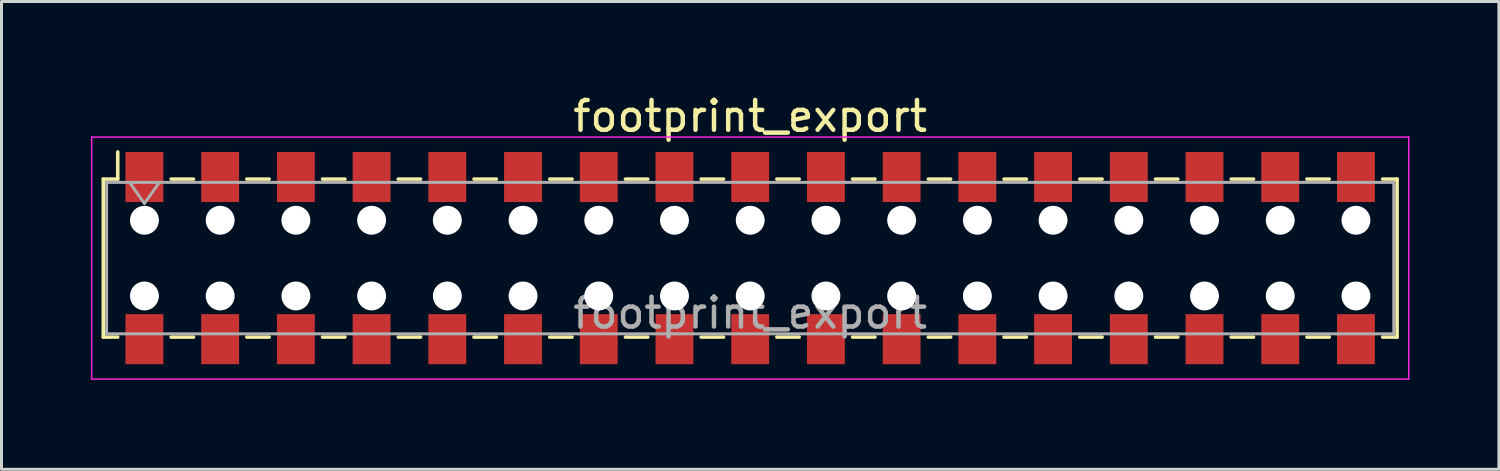
<source format=kicad_pcb>
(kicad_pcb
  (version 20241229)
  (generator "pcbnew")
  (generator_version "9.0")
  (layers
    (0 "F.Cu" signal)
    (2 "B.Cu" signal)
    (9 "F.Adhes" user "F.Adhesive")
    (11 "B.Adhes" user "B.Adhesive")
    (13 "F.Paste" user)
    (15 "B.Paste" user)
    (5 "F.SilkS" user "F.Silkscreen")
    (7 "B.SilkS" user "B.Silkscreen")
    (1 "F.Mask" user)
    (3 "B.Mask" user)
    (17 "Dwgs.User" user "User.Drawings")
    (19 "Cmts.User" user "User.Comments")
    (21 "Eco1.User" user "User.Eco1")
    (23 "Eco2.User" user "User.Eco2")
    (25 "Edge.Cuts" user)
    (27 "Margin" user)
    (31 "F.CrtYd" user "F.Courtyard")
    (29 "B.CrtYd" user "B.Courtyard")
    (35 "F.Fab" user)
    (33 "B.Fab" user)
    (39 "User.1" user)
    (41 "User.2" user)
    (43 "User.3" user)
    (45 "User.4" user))
  (footprint "footprint_export"
    (layer "F.Cu")
    (at 22.115 5.608)
    (property "Reference" "footprint_export" (at 0 -4.76 0) (layer "F.SilkS") (effects (font (size 1 1) (thickness 0.15))))
    (attr smd)
    (fp_line (start -21.7 -2.65) (end -21.7 2.65) (stroke (width 0.12) (type solid)) (layer "F.SilkS"))
    (fp_line (start -21.7 2.65) (end -21.215 2.65) (stroke (width 0.12) (type solid)) (layer "F.SilkS"))
    (fp_line (start -21.215 -3.56) (end -21.215 -2.65) (stroke (width 0.12) (type solid)) (layer "F.SilkS"))
    (fp_line (start -21.215 -2.65) (end -21.7 -2.65) (stroke (width 0.12) (type solid)) (layer "F.SilkS"))
    (fp_line (start -19.425 -2.65) (end -18.675 -2.65) (stroke (width 0.12) (type solid)) (layer "F.SilkS"))
    (fp_line (start -19.425 2.65) (end -18.675 2.65) (stroke (width 0.12) (type solid)) (layer "F.SilkS"))
    (fp_line (start -16.885 -2.65) (end -16.135 -2.65) (stroke (width 0.12) (type solid)) (layer "F.SilkS"))
    (fp_line (start -16.885 2.65) (end -16.135 2.65) (stroke (width 0.12) (type solid)) (layer "F.SilkS"))
    (fp_line (start -14.345 -2.65) (end -13.595 -2.65) (stroke (width 0.12) (type solid)) (layer "F.SilkS"))
    (fp_line (start -14.345 2.65) (end -13.595 2.65) (stroke (width 0.12) (type solid)) (layer "F.SilkS"))
    (fp_line (start -11.805 -2.65) (end -11.055 -2.65) (stroke (width 0.12) (type solid)) (layer "F.SilkS"))
    (fp_line (start -11.805 2.65) (end -11.055 2.65) (stroke (width 0.12) (type solid)) (layer "F.SilkS"))
    (fp_line (start -9.265 -2.65) (end -8.515 -2.65) (stroke (width 0.12) (type solid)) (layer "F.SilkS"))
    (fp_line (start -9.265 2.65) (end -8.515 2.65) (stroke (width 0.12) (type solid)) (layer "F.SilkS"))
    (fp_line (start -6.725 -2.65) (end -5.975 -2.65) (stroke (width 0.12) (type solid)) (layer "F.SilkS"))
    (fp_line (start -6.725 2.65) (end -5.975 2.65) (stroke (width 0.12) (type solid)) (layer "F.SilkS"))
    (fp_line (start -4.185 -2.65) (end -3.435 -2.65) (stroke (width 0.12) (type solid)) (layer "F.SilkS"))
    (fp_line (start -4.185 2.65) (end -3.435 2.65) (stroke (width 0.12) (type solid)) (layer "F.SilkS"))
    (fp_line (start -1.645 -2.65) (end -0.895 -2.65) (stroke (width 0.12) (type solid)) (layer "F.SilkS"))
    (fp_line (start -1.645 2.65) (end -0.895 2.65) (stroke (width 0.12) (type solid)) (layer "F.SilkS"))
    (fp_line (start 0.895 -2.65) (end 1.645 -2.65) (stroke (width 0.12) (type solid)) (layer "F.SilkS"))
    (fp_line (start 0.895 2.65) (end 1.645 2.65) (stroke (width 0.12) (type solid)) (layer "F.SilkS"))
    (fp_line (start 3.435 -2.65) (end 4.185 -2.65) (stroke (width 0.12) (type solid)) (layer "F.SilkS"))
    (fp_line (start 3.435 2.65) (end 4.185 2.65) (stroke (width 0.12) (type solid)) (layer "F.SilkS"))
    (fp_line (start 5.975 -2.65) (end 6.725 -2.65) (stroke (width 0.12) (type solid)) (layer "F.SilkS"))
    (fp_line (start 5.975 2.65) (end 6.725 2.65) (stroke (width 0.12) (type solid)) (layer "F.SilkS"))
    (fp_line (start 8.515 -2.65) (end 9.265 -2.65) (stroke (width 0.12) (type solid)) (layer "F.SilkS"))
    (fp_line (start 8.515 2.65) (end 9.265 2.65) (stroke (width 0.12) (type solid)) (layer "F.SilkS"))
    (fp_line (start 11.055 -2.65) (end 11.805 -2.65) (stroke (width 0.12) (type solid)) (layer "F.SilkS"))
    (fp_line (start 11.055 2.65) (end 11.805 2.65) (stroke (width 0.12) (type solid)) (layer "F.SilkS"))
    (fp_line (start 13.595 -2.65) (end 14.345 -2.65) (stroke (width 0.12) (type solid)) (layer "F.SilkS"))
    (fp_line (start 13.595 2.65) (end 14.345 2.65) (stroke (width 0.12) (type solid)) (layer "F.SilkS"))
    (fp_line (start 16.135 -2.65) (end 16.885 -2.65) (stroke (width 0.12) (type solid)) (layer "F.SilkS"))
    (fp_line (start 16.135 2.65) (end 16.885 2.65) (stroke (width 0.12) (type solid)) (layer "F.SilkS"))
    (fp_line (start 18.675 -2.65) (end 19.425 -2.65) (stroke (width 0.12) (type solid)) (layer "F.SilkS"))
    (fp_line (start 18.675 2.65) (end 19.425 2.65) (stroke (width 0.12) (type solid)) (layer "F.SilkS"))
    (fp_line (start 21.215 -2.65) (end 21.7 -2.65) (stroke (width 0.12) (type solid)) (layer "F.SilkS"))
    (fp_line (start 21.7 -2.65) (end 21.7 2.65) (stroke (width 0.12) (type solid)) (layer "F.SilkS"))
    (fp_line (start 21.7 2.65) (end 21.215 2.65) (stroke (width 0.12) (type solid)) (layer "F.SilkS"))
    (fp_line (start -22.09 -4.06) (end 22.09 -4.06) (stroke (width 0.05) (type solid)) (layer "F.CrtYd"))
    (fp_line (start -22.09 4.06) (end -22.09 -4.06) (stroke (width 0.05) (type solid)) (layer "F.CrtYd"))
    (fp_line (start 22.09 -4.06) (end 22.09 4.06) (stroke (width 0.05) (type solid)) (layer "F.CrtYd"))
    (fp_line (start 22.09 4.06) (end -22.09 4.06) (stroke (width 0.05) (type solid)) (layer "F.CrtYd"))
    (fp_line (start -21.59 -2.54) (end 21.59 -2.54) (stroke (width 0.1) (type solid)) (layer "F.Fab"))
    (fp_line (start -21.59 2.54) (end -21.59 -2.54) (stroke (width 0.1) (type solid)) (layer "F.Fab"))
    (fp_line (start -20.82 -2.54) (end -20.32 -1.833) (stroke (width 0.1) (type solid)) (layer "F.Fab"))
    (fp_line (start -20.32 -1.833) (end -19.82 -2.54) (stroke (width 0.1) (type solid)) (layer "F.Fab"))
    (fp_line (start 21.59 -2.54) (end 21.59 2.54) (stroke (width 0.1) (type solid)) (layer "F.Fab"))
    (fp_line (start 21.59 2.54) (end -21.59 2.54) (stroke (width 0.1) (type solid)) (layer "F.Fab"))
    (fp_text user "${REFERENCE}" (at 0 1.84 0) (layer "F.Fab") (effects (font (size 1 1) (thickness 0.15))))
    (pad "" np_thru_hole circle (at -20.32 -1.27) (size 0.97 0.97) (drill 0.97) (layers "*.Cu" "*.Mask"))
    (pad "" np_thru_hole circle (at -20.32 1.27) (size 0.97 0.97) (drill 0.97) (layers "*.Cu" "*.Mask"))
    (pad "" np_thru_hole circle (at -17.78 -1.27) (size 0.97 0.97) (drill 0.97) (layers "*.Cu" "*.Mask"))
    (pad "" np_thru_hole circle (at -17.78 1.27) (size 0.97 0.97) (drill 0.97) (layers "*.Cu" "*.Mask"))
    (pad "" np_thru_hole circle (at -15.24 -1.27) (size 0.97 0.97) (drill 0.97) (layers "*.Cu" "*.Mask"))
    (pad "" np_thru_hole circle (at -15.24 1.27) (size 0.97 0.97) (drill 0.97) (layers "*.Cu" "*.Mask"))
    (pad "" np_thru_hole circle (at -12.7 -1.27) (size 0.97 0.97) (drill 0.97) (layers "*.Cu" "*.Mask"))
    (pad "" np_thru_hole circle (at -12.7 1.27) (size 0.97 0.97) (drill 0.97) (layers "*.Cu" "*.Mask"))
    (pad "" np_thru_hole circle (at -10.16 -1.27) (size 0.97 0.97) (drill 0.97) (layers "*.Cu" "*.Mask"))
    (pad "" np_thru_hole circle (at -10.16 1.27) (size 0.97 0.97) (drill 0.97) (layers "*.Cu" "*.Mask"))
    (pad "" np_thru_hole circle (at -7.62 -1.27) (size 0.97 0.97) (drill 0.97) (layers "*.Cu" "*.Mask"))
    (pad "" np_thru_hole circle (at -7.62 1.27) (size 0.97 0.97) (drill 0.97) (layers "*.Cu" "*.Mask"))
    (pad "" np_thru_hole circle (at -5.08 -1.27) (size 0.97 0.97) (drill 0.97) (layers "*.Cu" "*.Mask"))
    (pad "" np_thru_hole circle (at -5.08 1.27) (size 0.97 0.97) (drill 0.97) (layers "*.Cu" "*.Mask"))
    (pad "" np_thru_hole circle (at -2.54 -1.27) (size 0.97 0.97) (drill 0.97) (layers "*.Cu" "*.Mask"))
    (pad "" np_thru_hole circle (at -2.54 1.27) (size 0.97 0.97) (drill 0.97) (layers "*.Cu" "*.Mask"))
    (pad "" np_thru_hole circle (at 0 -1.27) (size 0.97 0.97) (drill 0.97) (layers "*.Cu" "*.Mask"))
    (pad "" np_thru_hole circle (at 0 1.27) (size 0.97 0.97) (drill 0.97) (layers "*.Cu" "*.Mask"))
    (pad "" np_thru_hole circle (at 2.54 -1.27) (size 0.97 0.97) (drill 0.97) (layers "*.Cu" "*.Mask"))
    (pad "" np_thru_hole circle (at 2.54 1.27) (size 0.97 0.97) (drill 0.97) (layers "*.Cu" "*.Mask"))
    (pad "" np_thru_hole circle (at 5.08 -1.27) (size 0.97 0.97) (drill 0.97) (layers "*.Cu" "*.Mask"))
    (pad "" np_thru_hole circle (at 5.08 1.27) (size 0.97 0.97) (drill 0.97) (layers "*.Cu" "*.Mask"))
    (pad "" np_thru_hole circle (at 7.62 -1.27) (size 0.97 0.97) (drill 0.97) (layers "*.Cu" "*.Mask"))
    (pad "" np_thru_hole circle (at 7.62 1.27) (size 0.97 0.97) (drill 0.97) (layers "*.Cu" "*.Mask"))
    (pad "" np_thru_hole circle (at 10.16 -1.27) (size 0.97 0.97) (drill 0.97) (layers "*.Cu" "*.Mask"))
    (pad "" np_thru_hole circle (at 10.16 1.27) (size 0.97 0.97) (drill 0.97) (layers "*.Cu" "*.Mask"))
    (pad "" np_thru_hole circle (at 12.7 -1.27) (size 0.97 0.97) (drill 0.97) (layers "*.Cu" "*.Mask"))
    (pad "" np_thru_hole circle (at 12.7 1.27) (size 0.97 0.97) (drill 0.97) (layers "*.Cu" "*.Mask"))
    (pad "" np_thru_hole circle (at 15.24 -1.27) (size 0.97 0.97) (drill 0.97) (layers "*.Cu" "*.Mask"))
    (pad "" np_thru_hole circle (at 15.24 1.27) (size 0.97 0.97) (drill 0.97) (layers "*.Cu" "*.Mask"))
    (pad "" np_thru_hole circle (at 17.78 -1.27) (size 0.97 0.97) (drill 0.97) (layers "*.Cu" "*.Mask"))
    (pad "" np_thru_hole circle (at 17.78 1.27) (size 0.97 0.97) (drill 0.97) (layers "*.Cu" "*.Mask"))
    (pad "" np_thru_hole circle (at 20.32 -1.27) (size 0.97 0.97) (drill 0.97) (layers "*.Cu" "*.Mask"))
    (pad "" np_thru_hole circle (at 20.32 1.27) (size 0.97 0.97) (drill 0.97) (layers "*.Cu" "*.Mask"))
    (pad "1" smd rect (at -20.32 -2.72) (size 1.27 1.68) (layers "F.Cu" "F.Mask" "F.Paste"))
    (pad "2" smd rect (at -20.32 2.72) (size 1.27 1.68) (layers "F.Cu" "F.Mask" "F.Paste"))
    (pad "3" smd rect (at -17.78 -2.72) (size 1.27 1.68) (layers "F.Cu" "F.Mask" "F.Paste"))
    (pad "4" smd rect (at -17.78 2.72) (size 1.27 1.68) (layers "F.Cu" "F.Mask" "F.Paste"))
    (pad "5" smd rect (at -15.24 -2.72) (size 1.27 1.68) (layers "F.Cu" "F.Mask" "F.Paste"))
    (pad "6" smd rect (at -15.24 2.72) (size 1.27 1.68) (layers "F.Cu" "F.Mask" "F.Paste"))
    (pad "7" smd rect (at -12.7 -2.72) (size 1.27 1.68) (layers "F.Cu" "F.Mask" "F.Paste"))
    (pad "8" smd rect (at -12.7 2.72) (size 1.27 1.68) (layers "F.Cu" "F.Mask" "F.Paste"))
    (pad "9" smd rect (at -10.16 -2.72) (size 1.27 1.68) (layers "F.Cu" "F.Mask" "F.Paste"))
    (pad "10" smd rect (at -10.16 2.72) (size 1.27 1.68) (layers "F.Cu" "F.Mask" "F.Paste"))
    (pad "11" smd rect (at -7.62 -2.72) (size 1.27 1.68) (layers "F.Cu" "F.Mask" "F.Paste"))
    (pad "12" smd rect (at -7.62 2.72) (size 1.27 1.68) (layers "F.Cu" "F.Mask" "F.Paste"))
    (pad "13" smd rect (at -5.08 -2.72) (size 1.27 1.68) (layers "F.Cu" "F.Mask" "F.Paste"))
    (pad "14" smd rect (at -5.08 2.72) (size 1.27 1.68) (layers "F.Cu" "F.Mask" "F.Paste"))
    (pad "15" smd rect (at -2.54 -2.72) (size 1.27 1.68) (layers "F.Cu" "F.Mask" "F.Paste"))
    (pad "16" smd rect (at -2.54 2.72) (size 1.27 1.68) (layers "F.Cu" "F.Mask" "F.Paste"))
    (pad "17" smd rect (at 0 -2.72) (size 1.27 1.68) (layers "F.Cu" "F.Mask" "F.Paste"))
    (pad "18" smd rect (at 0 2.72) (size 1.27 1.68) (layers "F.Cu" "F.Mask" "F.Paste"))
    (pad "19" smd rect (at 2.54 -2.72) (size 1.27 1.68) (layers "F.Cu" "F.Mask" "F.Paste"))
    (pad "20" smd rect (at 2.54 2.72) (size 1.27 1.68) (layers "F.Cu" "F.Mask" "F.Paste"))
    (pad "21" smd rect (at 5.08 -2.72) (size 1.27 1.68) (layers "F.Cu" "F.Mask" "F.Paste"))
    (pad "22" smd rect (at 5.08 2.72) (size 1.27 1.68) (layers "F.Cu" "F.Mask" "F.Paste"))
    (pad "23" smd rect (at 7.62 -2.72) (size 1.27 1.68) (layers "F.Cu" "F.Mask" "F.Paste"))
    (pad "24" smd rect (at 7.62 2.72) (size 1.27 1.68) (layers "F.Cu" "F.Mask" "F.Paste"))
    (pad "25" smd rect (at 10.16 -2.72) (size 1.27 1.68) (layers "F.Cu" "F.Mask" "F.Paste"))
    (pad "26" smd rect (at 10.16 2.72) (size 1.27 1.68) (layers "F.Cu" "F.Mask" "F.Paste"))
    (pad "27" smd rect (at 12.7 -2.72) (size 1.27 1.68) (layers "F.Cu" "F.Mask" "F.Paste"))
    (pad "28" smd rect (at 12.7 2.72) (size 1.27 1.68) (layers "F.Cu" "F.Mask" "F.Paste"))
    (pad "29" smd rect (at 15.24 -2.72) (size 1.27 1.68) (layers "F.Cu" "F.Mask" "F.Paste"))
    (pad "30" smd rect (at 15.24 2.72) (size 1.27 1.68) (layers "F.Cu" "F.Mask" "F.Paste"))
    (pad "31" smd rect (at 17.78 -2.72) (size 1.27 1.68) (layers "F.Cu" "F.Mask" "F.Paste"))
    (pad "32" smd rect (at 17.78 2.72) (size 1.27 1.68) (layers "F.Cu" "F.Mask" "F.Paste"))
    (pad "33" smd rect (at 20.32 -2.72) (size 1.27 1.68) (layers "F.Cu" "F.Mask" "F.Paste"))
    (pad "34" smd rect (at 20.32 2.72) (size 1.27 1.68) (layers "F.Cu" "F.Mask" "F.Paste")))
  (gr_rect
    (start -3 -3)
    (end 47.23 12.693)
    (stroke (width 0.1) (type default))
    (fill no)
    (layer "Edge.Cuts")))
</source>
